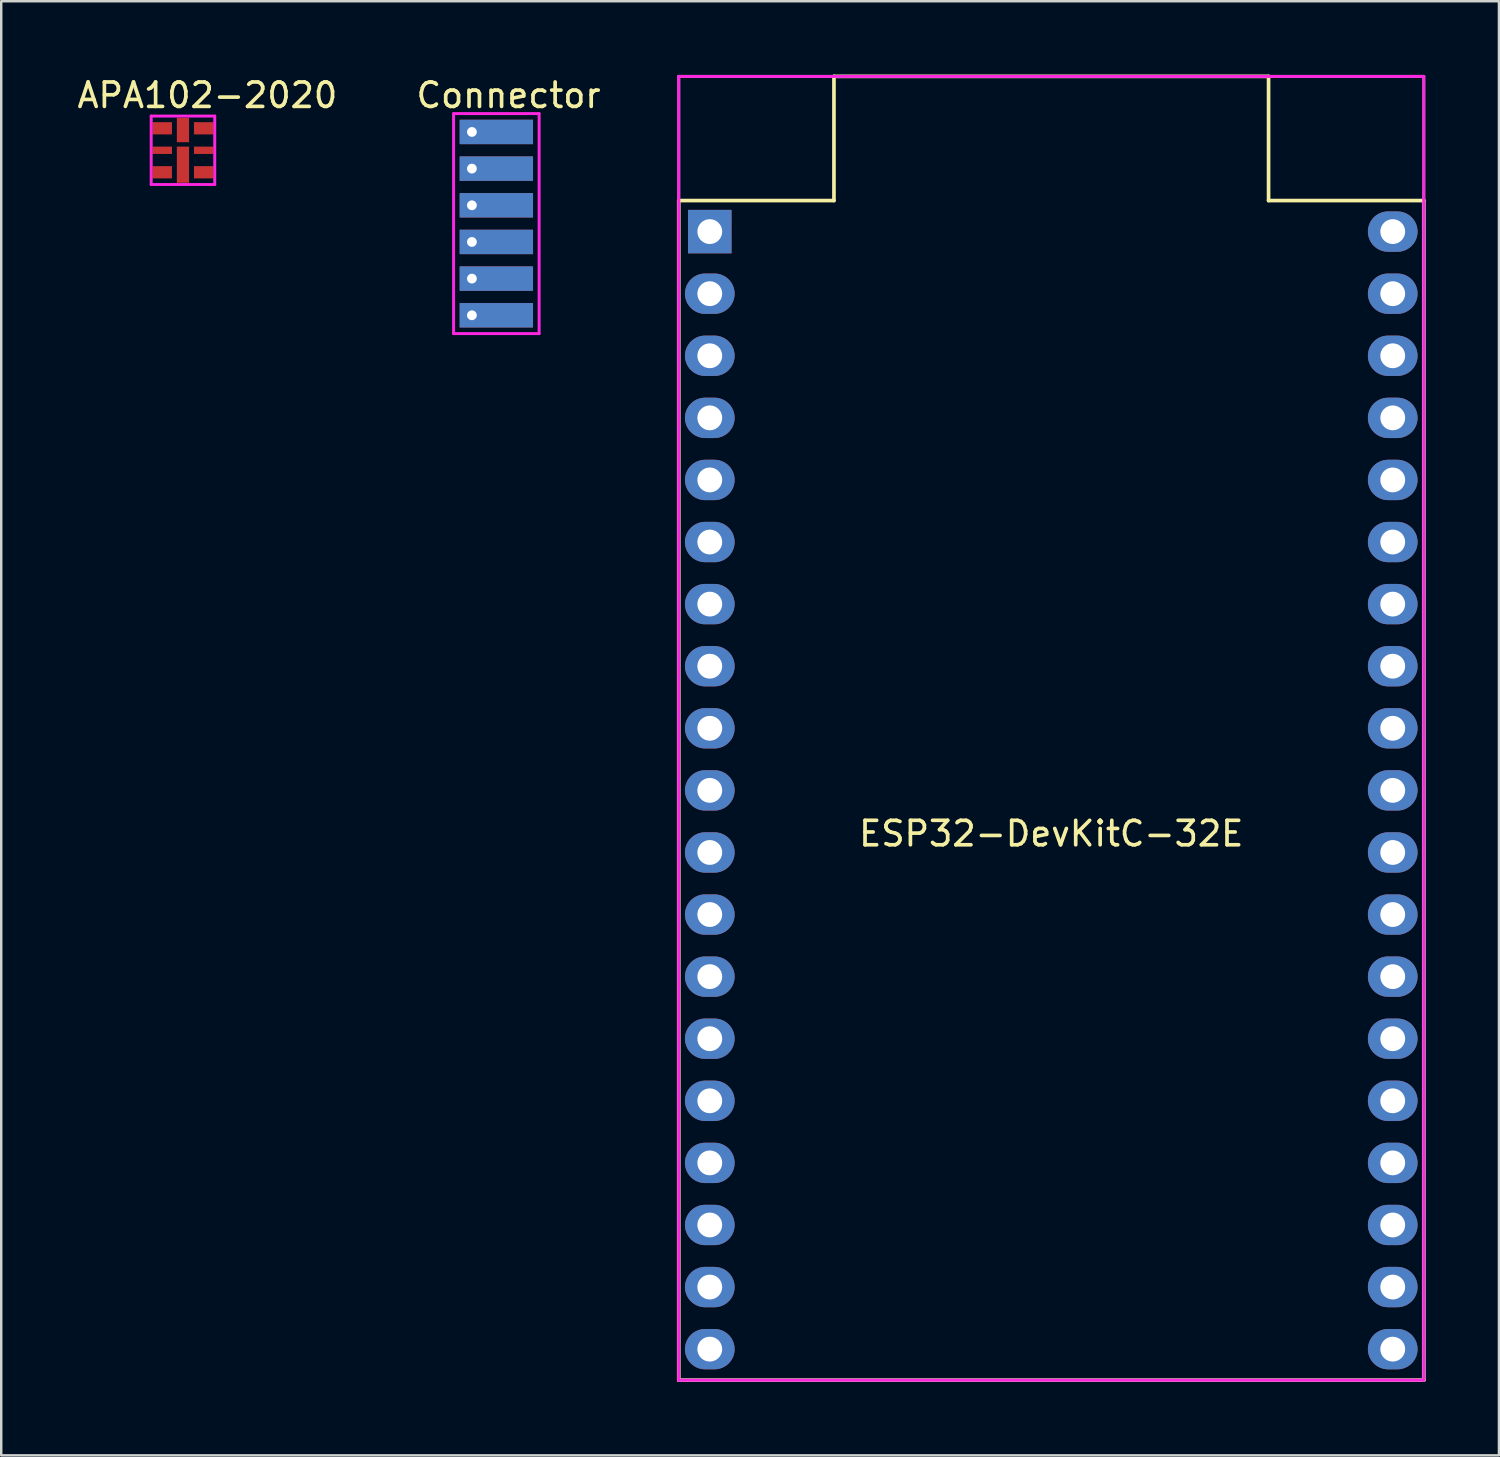
<source format=kicad_pcb>
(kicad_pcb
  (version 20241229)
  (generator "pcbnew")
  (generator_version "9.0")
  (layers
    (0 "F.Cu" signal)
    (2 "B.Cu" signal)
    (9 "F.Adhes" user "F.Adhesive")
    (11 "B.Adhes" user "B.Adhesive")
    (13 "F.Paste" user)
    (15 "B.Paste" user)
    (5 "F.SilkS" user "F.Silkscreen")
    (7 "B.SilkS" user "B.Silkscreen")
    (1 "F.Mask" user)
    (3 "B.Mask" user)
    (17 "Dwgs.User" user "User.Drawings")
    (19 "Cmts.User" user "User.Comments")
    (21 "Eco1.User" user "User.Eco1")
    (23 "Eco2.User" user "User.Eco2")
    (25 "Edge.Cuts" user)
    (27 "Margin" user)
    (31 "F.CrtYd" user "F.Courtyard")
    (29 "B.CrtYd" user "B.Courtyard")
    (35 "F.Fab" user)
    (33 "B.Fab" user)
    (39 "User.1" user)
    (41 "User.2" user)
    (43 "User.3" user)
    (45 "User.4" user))
  (footprint "APA102-2020"
    (layer "F.Cu")
    (at 4.435 3.098)
    (property "Reference" "APA102-2020" (at 1 -2.25 0) (layer "F.SilkS") (effects (font (size 1 1) (thickness 0.15))))
    (attr through_hole)
    (fp_line (start -1.3 -1.4) (end 1.3 -1.4) (stroke (width 0.12) (type solid)) (layer "F.CrtYd"))
    (fp_line (start -1.3 1.4) (end -1.3 -1.4) (stroke (width 0.12) (type solid)) (layer "F.CrtYd"))
    (fp_line (start 1.3 -1.4) (end 1.3 1.4) (stroke (width 0.12) (type solid)) (layer "F.CrtYd"))
    (fp_line (start 1.3 1.4) (end -1.3 1.4) (stroke (width 0.12) (type solid)) (layer "F.CrtYd"))
    (pad "1" smd rect (at -0.85 -0.9) (size 0.8 0.5) (layers "F.Cu" "F.Mask" "F.Paste"))
    (pad "1" smd rect (at 0 -0.83) (size 0.5 1) (layers "F.Cu" "F.Mask" "F.Paste"))
    (pad "2" smd rect (at -0.85 0) (size 0.8 0.3) (layers "F.Cu" "F.Mask" "F.Paste"))
    (pad "3" smd rect (at -0.85 0.9) (size 0.8 0.5) (layers "F.Cu" "F.Mask" "F.Paste"))
    (pad "4" smd rect (at 0.85 0.9) (size 0.8 0.5) (layers "F.Cu" "F.Mask" "F.Paste"))
    (pad "5" smd rect (at 0.85 0) (size 0.8 0.3) (layers "F.Cu" "F.Mask" "F.Paste"))
    (pad "6" smd rect (at 0 0.59) (size 0.5 1.48) (layers "F.Cu" "F.Mask" "F.Paste"))
    (pad "6" smd rect (at 0.85 -0.9) (size 0.8 0.5) (layers "F.Cu" "F.Mask" "F.Paste")))
  (footprint "Connector"
    (layer "F.Cu")
    (at 17.256 6.098)
    (property "Reference" "Connector" (at 0.5 -5.25 0) (layer "F.SilkS") (effects (font (size 1 1) (thickness 0.15))))
    (attr through_hole)
    (fp_line (start -1.75 -4.5) (end 1.75 -4.5) (stroke (width 0.12) (type solid)) (layer "F.CrtYd"))
    (fp_line (start -1.75 4.5) (end -1.75 -4.5) (stroke (width 0.12) (type solid)) (layer "F.CrtYd"))
    (fp_line (start 1.75 -4.5) (end 1.75 4.5) (stroke (width 0.12) (type solid)) (layer "F.CrtYd"))
    (fp_line (start 1.75 4.5) (end -1.75 4.5) (stroke (width 0.12) (type solid)) (layer "F.CrtYd"))
    (pad "1" thru_hole circle (at -1 -3.75) (size 0.8 0.8) (drill 0.4) (layers "*.Cu" "*.Mask"))
    (pad "1" smd rect (at 0 -3.75) (size 3 1) (layers "F.Cu" "F.Mask" "F.Paste"))
    (pad "1" smd rect (at 0 -3.75) (size 3 1) (layers "*.Mask" "B.Cu" "B.Paste"))
    (pad "2" thru_hole circle (at -1 -2.25) (size 0.8 0.8) (drill 0.4) (layers "*.Cu" "*.Mask"))
    (pad "2" smd rect (at 0 -2.25) (size 3 1) (layers "F.Cu" "F.Mask" "F.Paste"))
    (pad "2" smd rect (at 0 -2.25) (size 3 1) (layers "*.Mask" "B.Cu" "B.Paste"))
    (pad "3" thru_hole circle (at -1 -0.75) (size 0.8 0.8) (drill 0.4) (layers "*.Cu" "*.Mask"))
    (pad "3" smd rect (at 0 -0.75) (size 3 1) (layers "F.Cu" "F.Mask" "F.Paste"))
    (pad "3" smd rect (at 0 -0.75) (size 3 1) (layers "*.Mask" "B.Cu" "B.Paste"))
    (pad "4" thru_hole circle (at -1 0.75) (size 0.8 0.8) (drill 0.4) (layers "*.Cu" "*.Mask"))
    (pad "4" smd rect (at 0 0.75) (size 3 1) (layers "F.Cu" "F.Mask" "F.Paste"))
    (pad "4" smd rect (at 0 0.75) (size 3 1) (layers "*.Mask" "B.Cu" "B.Paste"))
    (pad "5" thru_hole circle (at -1 2.25) (size 0.8 0.8) (drill 0.4) (layers "*.Cu" "*.Mask"))
    (pad "5" smd rect (at 0 2.25) (size 3 1) (layers "F.Cu" "F.Mask" "F.Paste"))
    (pad "5" smd rect (at 0 2.25) (size 3 1) (layers "*.Mask" "B.Cu" "B.Paste"))
    (pad "6" thru_hole circle (at -1 3.75) (size 0.8 0.8) (drill 0.4) (layers "*.Cu" "*.Mask"))
    (pad "6" smd rect (at 0 3.75) (size 3 1) (layers "F.Cu" "F.Mask" "F.Paste"))
    (pad "6" smd rect (at 0 3.75) (size 3 1) (layers "*.Mask" "B.Cu" "B.Paste")))
  (footprint "ESP32-DevKitC-32E"
    (layer "F.Cu")
    (at 39.958 30.555)
    (property "Reference" "ESP32-DevKitC-32E" (at 0 0.5 0) (layer "F.SilkS") (effects (font (size 1 1) (thickness 0.15))))
    (attr through_hole)
    (fp_line (start -15.24 -25.4) (end -8.89 -25.4) (stroke (width 0.15) (type solid)) (layer "F.SilkS"))
    (fp_line (start -15.24 22.86) (end -15.24 -25.4) (stroke (width 0.15) (type solid)) (layer "F.SilkS"))
    (fp_line (start -8.89 -30.48) (end 8.89 -30.48) (stroke (width 0.15) (type solid)) (layer "F.SilkS"))
    (fp_line (start -8.89 -25.4) (end -8.89 -30.48) (stroke (width 0.15) (type solid)) (layer "F.SilkS"))
    (fp_line (start 8.89 -30.48) (end 8.89 -25.4) (stroke (width 0.15) (type solid)) (layer "F.SilkS"))
    (fp_line (start 8.89 -25.4) (end 15.24 -25.4) (stroke (width 0.15) (type solid)) (layer "F.SilkS"))
    (fp_line (start 15.24 -25.4) (end 15.24 22.86) (stroke (width 0.15) (type solid)) (layer "F.SilkS"))
    (fp_line (start 15.24 22.86) (end -15.24 22.86) (stroke (width 0.15) (type solid)) (layer "F.SilkS"))
    (fp_line (start -15.24 -30.48) (end 15.24 -30.48) (stroke (width 0.12) (type solid)) (layer "F.CrtYd"))
    (fp_line (start -15.24 22.86) (end -15.24 -30.48) (stroke (width 0.12) (type solid)) (layer "F.CrtYd"))
    (fp_line (start 15.24 -30.48) (end 15.24 22.86) (stroke (width 0.12) (type solid)) (layer "F.CrtYd"))
    (fp_line (start 15.24 22.86) (end -15.24 22.86) (stroke (width 0.12) (type solid)) (layer "F.CrtYd"))
    (fp_line (start -15.24 -30.48) (end 15.24 -30.48) (stroke (width 0.12) (type solid)) (layer "F.Fab"))
    (fp_line (start -15.24 22.86) (end -15.24 -30.48) (stroke (width 0.12) (type solid)) (layer "F.Fab"))
    (fp_line (start 15.24 -30.48) (end 15.24 22.86) (stroke (width 0.12) (type solid)) (layer "F.Fab"))
    (fp_line (start 15.24 22.86) (end -15.24 22.86) (stroke (width 0.12) (type solid)) (layer "F.Fab"))
    (pad "1" thru_hole rect (at -13.97 -24.13) (size 1.778 1.778) (drill 1.016) (layers "*.Cu" "*.Mask"))
    (pad "2" thru_hole oval (at -13.97 -21.59) (size 2.032 1.651) (drill 1.016) (layers "*.Cu" "*.Mask"))
    (pad "3" thru_hole oval (at -13.97 -19.05) (size 2.032 1.651) (drill 1.016) (layers "*.Cu" "*.Mask"))
    (pad "4" thru_hole oval (at -13.97 -16.51) (size 2.032 1.651) (drill 1.016) (layers "*.Cu" "*.Mask"))
    (pad "5" thru_hole oval (at -13.97 -13.97) (size 2.032 1.651) (drill 1.016) (layers "*.Cu" "*.Mask"))
    (pad "6" thru_hole oval (at -13.97 -11.43) (size 2.032 1.651) (drill 1.016) (layers "*.Cu" "*.Mask"))
    (pad "7" thru_hole oval (at -13.97 -8.89) (size 2.032 1.651) (drill 1.016) (layers "*.Cu" "*.Mask"))
    (pad "8" thru_hole oval (at -13.97 -6.35) (size 2.032 1.651) (drill 1.016) (layers "*.Cu" "*.Mask"))
    (pad "9" thru_hole oval (at -13.97 -3.81) (size 2.032 1.651) (drill 1.016) (layers "*.Cu" "*.Mask"))
    (pad "10" thru_hole oval (at -13.97 -1.27) (size 2.032 1.651) (drill 1.016) (layers "*.Cu" "*.Mask"))
    (pad "11" thru_hole oval (at -13.97 1.27) (size 2.032 1.651) (drill 1.016) (layers "*.Cu" "*.Mask"))
    (pad "12" thru_hole oval (at -13.97 3.81) (size 2.032 1.651) (drill 1.016) (layers "*.Cu" "*.Mask"))
    (pad "13" thru_hole oval (at -13.97 6.35) (size 2.032 1.651) (drill 1.016) (layers "*.Cu" "*.Mask"))
    (pad "14" thru_hole oval (at -13.97 8.89) (size 2.032 1.651) (drill 1.016) (layers "*.Cu" "*.Mask"))
    (pad "15" thru_hole oval (at -13.97 11.43) (size 2.032 1.651) (drill 1.016) (layers "*.Cu" "*.Mask"))
    (pad "16" thru_hole oval (at -13.97 13.97) (size 2.032 1.651) (drill 1.016) (layers "*.Cu" "*.Mask"))
    (pad "17" thru_hole oval (at -13.97 16.51) (size 2.032 1.651) (drill 1.016) (layers "*.Cu" "*.Mask"))
    (pad "18" thru_hole oval (at -13.97 19.05) (size 2.032 1.651) (drill 1.016) (layers "*.Cu" "*.Mask"))
    (pad "19" thru_hole oval (at -13.97 21.59) (size 2.032 1.651) (drill 1.016) (layers "*.Cu" "*.Mask"))
    (pad "20" thru_hole oval (at 13.97 21.59) (size 2.032 1.651) (drill 1.016) (layers "*.Cu" "*.Mask"))
    (pad "21" thru_hole oval (at 13.97 19.05) (size 2.032 1.651) (drill 1.016) (layers "*.Cu" "*.Mask"))
    (pad "22" thru_hole oval (at 13.97 16.51) (size 2.032 1.651) (drill 1.016) (layers "*.Cu" "*.Mask"))
    (pad "23" thru_hole oval (at 13.97 13.97) (size 2.032 1.651) (drill 1.016) (layers "*.Cu" "*.Mask"))
    (pad "24" thru_hole oval (at 13.97 11.43) (size 2.032 1.651) (drill 1.016) (layers "*.Cu" "*.Mask"))
    (pad "25" thru_hole oval (at 13.97 8.89) (size 2.032 1.651) (drill 1.016) (layers "*.Cu" "*.Mask"))
    (pad "26" thru_hole oval (at 13.97 6.35) (size 2.032 1.651) (drill 1.016) (layers "*.Cu" "*.Mask"))
    (pad "27" thru_hole oval (at 13.97 3.81) (size 2.032 1.651) (drill 1.016) (layers "*.Cu" "*.Mask"))
    (pad "28" thru_hole oval (at 13.97 1.27) (size 2.032 1.651) (drill 1.016) (layers "*.Cu" "*.Mask"))
    (pad "29" thru_hole oval (at 13.97 -1.27) (size 2.032 1.651) (drill 1.016) (layers "*.Cu" "*.Mask"))
    (pad "30" thru_hole oval (at 13.97 -3.81) (size 2.032 1.651) (drill 1.016) (layers "*.Cu" "*.Mask"))
    (pad "31" thru_hole oval (at 13.97 -6.35) (size 2.032 1.651) (drill 1.016) (layers "*.Cu" "*.Mask"))
    (pad "32" thru_hole oval (at 13.97 -8.89) (size 2.032 1.651) (drill 1.016) (layers "*.Cu" "*.Mask"))
    (pad "33" thru_hole oval (at 13.97 -11.43) (size 2.032 1.651) (drill 1.016) (layers "*.Cu" "*.Mask"))
    (pad "34" thru_hole oval (at 13.97 -13.97) (size 2.032 1.651) (drill 1.016) (layers "*.Cu" "*.Mask"))
    (pad "35" thru_hole oval (at 13.97 -16.51) (size 2.032 1.651) (drill 1.016) (layers "*.Cu" "*.Mask"))
    (pad "36" thru_hole oval (at 13.97 -19.05) (size 2.032 1.651) (drill 1.016) (layers "*.Cu" "*.Mask"))
    (pad "37" thru_hole oval (at 13.97 -21.59) (size 2.032 1.651) (drill 1.016) (layers "*.Cu" "*.Mask"))
    (pad "38" thru_hole oval (at 13.97 -24.13) (size 2.032 1.651) (drill 1.016) (layers "*.Cu" "*.Mask")))
  (gr_rect
    (start -3 -3)
    (end 58.273 56.49)
    (stroke (width 0.1) (type default))
    (fill no)
    (layer "Edge.Cuts")))
</source>
